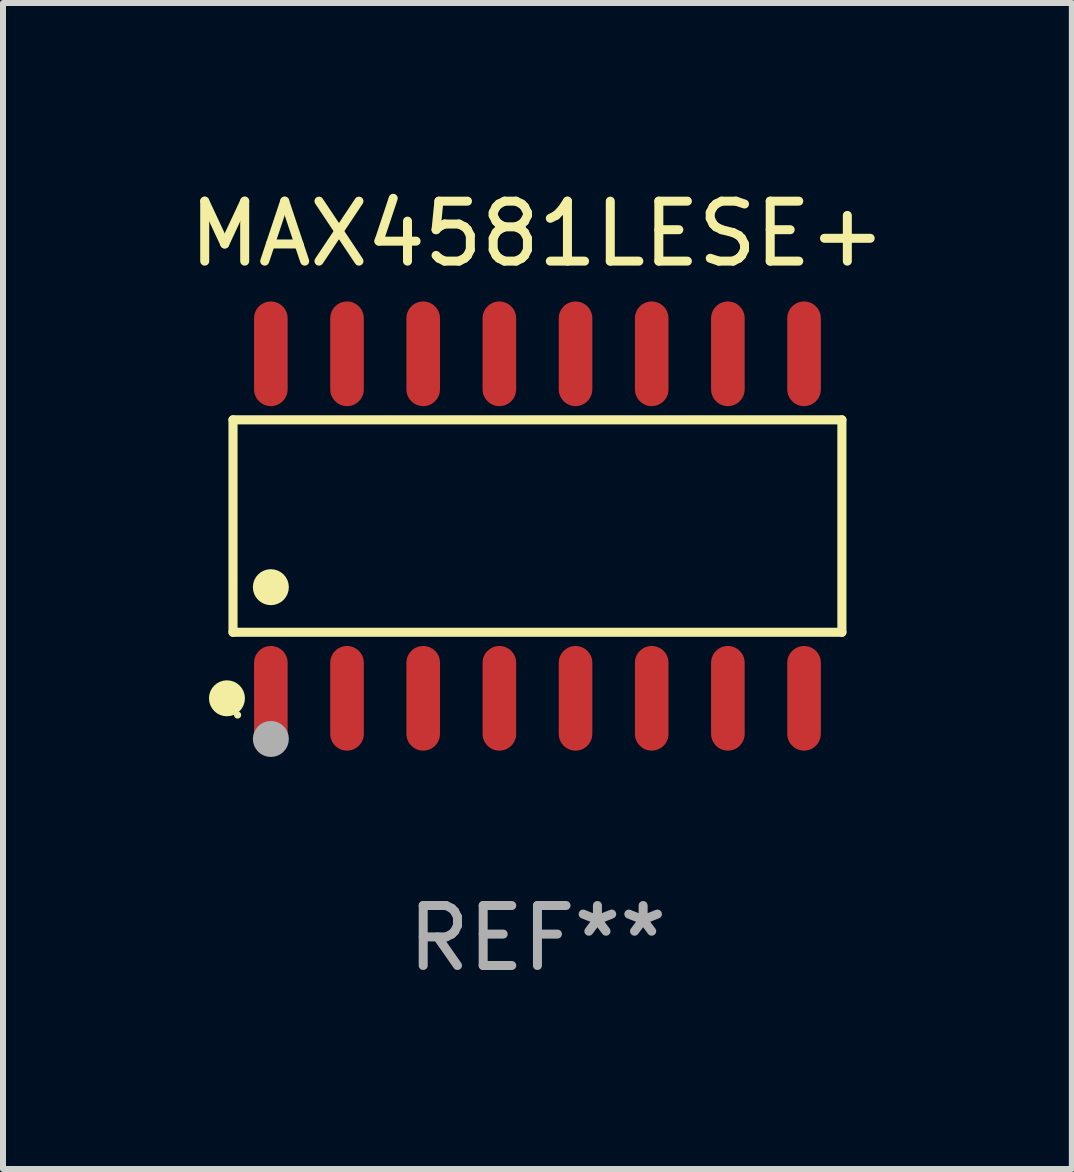
<source format=kicad_pcb>
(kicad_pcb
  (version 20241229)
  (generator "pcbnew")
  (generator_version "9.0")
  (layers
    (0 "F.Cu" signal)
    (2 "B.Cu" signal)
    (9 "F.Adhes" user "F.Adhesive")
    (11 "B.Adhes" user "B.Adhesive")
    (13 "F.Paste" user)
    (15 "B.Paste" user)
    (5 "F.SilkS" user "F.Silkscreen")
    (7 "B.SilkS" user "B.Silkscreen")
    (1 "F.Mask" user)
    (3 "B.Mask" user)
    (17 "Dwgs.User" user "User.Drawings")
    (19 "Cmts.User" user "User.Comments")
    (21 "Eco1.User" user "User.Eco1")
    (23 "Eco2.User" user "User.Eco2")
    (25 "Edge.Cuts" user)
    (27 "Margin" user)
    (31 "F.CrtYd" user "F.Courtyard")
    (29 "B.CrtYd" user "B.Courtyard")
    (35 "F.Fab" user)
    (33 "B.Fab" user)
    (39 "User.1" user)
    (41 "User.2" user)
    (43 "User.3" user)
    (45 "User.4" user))
  (footprint "MAX4581LESE+"
    (layer "F.Cu")
    (at 5.911 5.721)
    (property "Reference" "MAX4581LESE+" (at 0 -4.872 0) (layer "F.SilkS") (effects (font (size 1 1) (thickness 0.15))))
    (attr through_hole)
    (fp_line (start -5.076 -1.771) (end 5.076 -1.771) (stroke (width 0.152) (type solid)) (layer "F.SilkS"))
    (fp_line (start -5.076 1.771) (end -5.076 -1.771) (stroke (width 0.152) (type solid)) (layer "F.SilkS"))
    (fp_line (start 5.076 -1.771) (end 5.076 1.771) (stroke (width 0.152) (type solid)) (layer "F.SilkS"))
    (fp_line (start 5.076 1.771) (end -5.076 1.771) (stroke (width 0.152) (type solid)) (layer "F.SilkS"))
    (fp_circle (center -5.177 2.872) (end -5.027 2.872) (stroke (width 0.3) (type solid)) (fill no) (layer "F.SilkS"))
    (fp_circle (center -5 3.15) (end -4.97 3.15) (stroke (width 0.06) (type solid)) (fill no) (layer "F.SilkS"))
    (fp_circle (center -4.445 1.019) (end -4.295 1.019) (stroke (width 0.3) (type solid)) (fill no) (layer "F.SilkS"))
    (fp_circle (center -4.445 3.55) (end -4.295 3.55) (stroke (width 0.3) (type solid)) (fill no) (layer "F.Fab"))
    (fp_text user "REF**" (at 0 6.872 0) (layer "F.Fab") (effects (font (size 1 1) (thickness 0.15))))
    (pad "1" smd oval (at -4.445 2.872) (size 0.56 1.745) (layers "F.Cu" "F.Mask" "F.Paste"))
    (pad "2" smd oval (at -3.175 2.872) (size 0.56 1.745) (layers "F.Cu" "F.Mask" "F.Paste"))
    (pad "3" smd oval (at -1.905 2.872) (size 0.56 1.745) (layers "F.Cu" "F.Mask" "F.Paste"))
    (pad "4" smd oval (at -0.635 2.872) (size 0.56 1.745) (layers "F.Cu" "F.Mask" "F.Paste"))
    (pad "5" smd oval (at 0.635 2.872) (size 0.56 1.745) (layers "F.Cu" "F.Mask" "F.Paste"))
    (pad "6" smd oval (at 1.905 2.872) (size 0.56 1.745) (layers "F.Cu" "F.Mask" "F.Paste"))
    (pad "7" smd oval (at 3.175 2.872) (size 0.56 1.745) (layers "F.Cu" "F.Mask" "F.Paste"))
    (pad "8" smd oval (at 4.445 2.872) (size 0.56 1.745) (layers "F.Cu" "F.Mask" "F.Paste"))
    (pad "9" smd oval (at 4.445 -2.872) (size 0.56 1.745) (layers "F.Cu" "F.Mask" "F.Paste"))
    (pad "10" smd oval (at 3.175 -2.872) (size 0.56 1.745) (layers "F.Cu" "F.Mask" "F.Paste"))
    (pad "11" smd oval (at 1.905 -2.872) (size 0.56 1.745) (layers "F.Cu" "F.Mask" "F.Paste"))
    (pad "12" smd oval (at 0.635 -2.872) (size 0.56 1.745) (layers "F.Cu" "F.Mask" "F.Paste"))
    (pad "13" smd oval (at -0.635 -2.872) (size 0.56 1.745) (layers "F.Cu" "F.Mask" "F.Paste"))
    (pad "14" smd oval (at -1.905 -2.872) (size 0.56 1.745) (layers "F.Cu" "F.Mask" "F.Paste"))
    (pad "15" smd oval (at -3.175 -2.872) (size 0.56 1.745) (layers "F.Cu" "F.Mask" "F.Paste"))
    (pad "16" smd oval (at -4.445 -2.872) (size 0.56 1.745) (layers "F.Cu" "F.Mask" "F.Paste")))
  (gr_rect
    (start -3 -3)
    (end 14.821 16.441)
    (stroke (width 0.1) (type default))
    (fill no)
    (layer "Edge.Cuts")))
</source>
